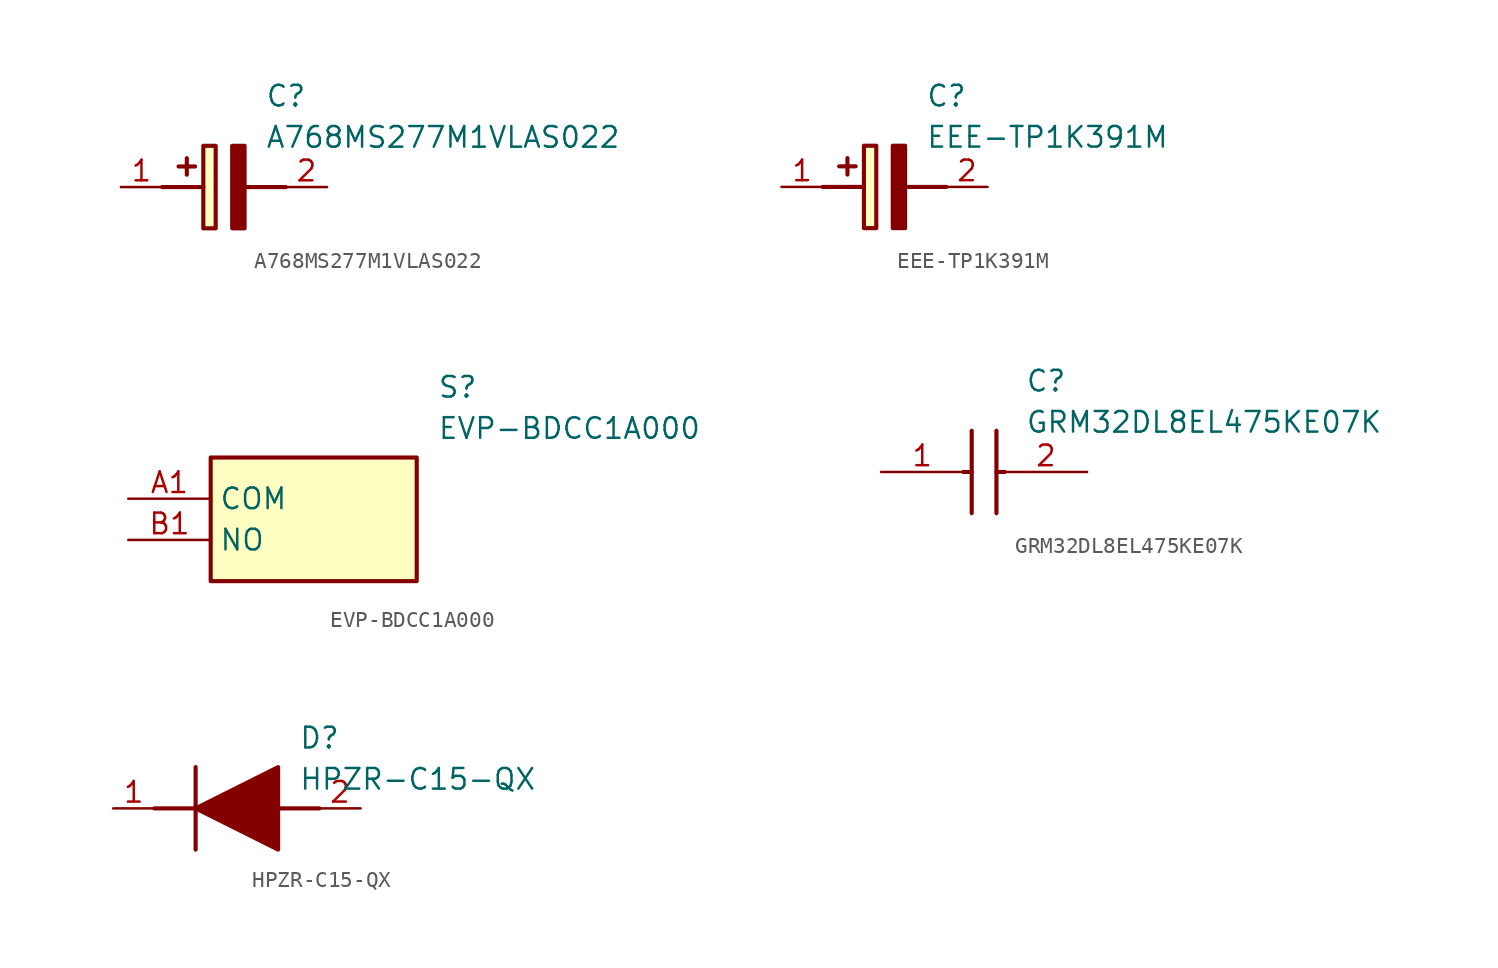
<source format=kicad_sym>
(kicad_symbol_lib
  (version 20220914)
  (generator kicad_symbol_editor)
  (symbol "A768MS277M1VLAS022"
    (pin_names hide)
    (property "Reference" "C"
      (at 8.89 6.35 0)
      (effects (font (size 1.27 1.27)) (justify left top)))
    (property "Value" "A768MS277M1VLAS022"
      (at 8.89 3.81 0)
      (effects (font (size 1.27 1.27)) (justify left top)))
    (rectangle
      (start 5.08 2.54)
      (end 5.842 -2.54)
      (stroke (width 0.254) (type default))
      (fill (type background)))
    (polyline
      (pts (xy 4.572 1.27) (xy 3.556 1.27))
      (stroke (width 0.254) (type default))
      (fill (type none)))
    (polyline
      (pts (xy 4.064 1.778) (xy 4.064 0.762))
      (stroke (width 0.254) (type default))
      (fill (type none)))
    (polyline
      (pts (xy 2.54 0) (xy 5.08 0))
      (stroke (width 0.254) (type default))
      (fill (type none)))
    (polyline
      (pts (xy 7.62 0) (xy 10.16 0))
      (stroke (width 0.254) (type default))
      (fill (type none)))
    (polyline
      (pts (xy 7.62 2.54) (xy 7.62 -2.54) (xy 6.858 -2.54) (xy 6.858 2.54) (xy 7.62 2.54))
      (stroke (width 0.254) (type default))
      (fill (type outline)))
    (pin passive line
      (at 0 0 0)
      (length 2.54)
      (name "+" (effects (font (size 1.27 1.27))))
      (number "1" (effects (font (size 1.27 1.27)))))
    (pin passive line
      (at 12.7 0 180)
      (length 2.54)
      (name "-" (effects (font (size 1.27 1.27))))
      (number "2" (effects (font (size 1.27 1.27))))))
  (symbol "EEE-TP1K391M"
    (pin_names hide)
    (property "Reference" "C"
      (at 8.89 6.35 0)
      (effects (font (size 1.27 1.27)) (justify left top)))
    (property "Value" "EEE-TP1K391M"
      (at 8.89 3.81 0)
      (effects (font (size 1.27 1.27)) (justify left top)))
    (rectangle
      (start 5.08 2.54)
      (end 5.842 -2.54)
      (stroke (width 0.254) (type default))
      (fill (type background)))
    (polyline
      (pts (xy 4.572 1.27) (xy 3.556 1.27))
      (stroke (width 0.254) (type default))
      (fill (type none)))
    (polyline
      (pts (xy 4.064 1.778) (xy 4.064 0.762))
      (stroke (width 0.254) (type default))
      (fill (type none)))
    (polyline
      (pts (xy 2.54 0) (xy 5.08 0))
      (stroke (width 0.254) (type default))
      (fill (type none)))
    (polyline
      (pts (xy 7.62 0) (xy 10.16 0))
      (stroke (width 0.254) (type default))
      (fill (type none)))
    (polyline
      (pts (xy 7.62 2.54) (xy 7.62 -2.54) (xy 6.858 -2.54) (xy 6.858 2.54) (xy 7.62 2.54))
      (stroke (width 0.254) (type default))
      (fill (type outline)))
    (pin passive line
      (at 0 0 0)
      (length 2.54)
      (name "+" (effects (font (size 1.27 1.27))))
      (number "1" (effects (font (size 1.27 1.27)))))
    (pin passive line
      (at 12.7 0 180)
      (length 2.54)
      (name "-" (effects (font (size 1.27 1.27))))
      (number "2" (effects (font (size 1.27 1.27))))))
  (symbol "EVP-BDCC1A000"
    (property "Reference" "S"
      (at 19.05 7.62 0)
      (effects (font (size 1.27 1.27)) (justify left top)))
    (property "Value" "EVP-BDCC1A000"
      (at 19.05 5.08 0)
      (effects (font (size 1.27 1.27)) (justify left top)))
    (rectangle
      (start 5.08 2.54)
      (end 17.78 -5.08)
      (stroke (width 0.254) (type default))
      (fill (type background)))
    (pin passive line
      (at 0 0 0)
      (length 5.08)
      (name "COM" (effects (font (size 1.27 1.27))))
      (number "A1" (effects (font (size 1.27 1.27)))))
    (pin passive line
      (at 0 -2.54 0)
      (length 5.08)
      (name "NO" (effects (font (size 1.27 1.27))))
      (number "B1" (effects (font (size 1.27 1.27))))))
  (symbol "GRM32DL8EL475KE07K"
    (pin_names hide)
    (property "Reference" "C"
      (at 8.89 6.35 0)
      (effects (font (size 1.27 1.27)) (justify left top)))
    (property "Value" "GRM32DL8EL475KE07K"
      (at 8.89 3.81 0)
      (effects (font (size 1.27 1.27)) (justify left top)))
    (polyline
      (pts (xy 5.588 2.54) (xy 5.588 -2.54))
      (stroke (width 0.254) (type default))
      (fill (type none)))
    (polyline
      (pts (xy 7.112 2.54) (xy 7.112 -2.54))
      (stroke (width 0.254) (type default))
      (fill (type none)))
    (polyline
      (pts (xy 5.08 0) (xy 5.588 0))
      (stroke (width 0.254) (type default))
      (fill (type none)))
    (polyline
      (pts (xy 7.112 0) (xy 7.62 0))
      (stroke (width 0.254) (type default))
      (fill (type none)))
    (pin passive line
      (at 0 0 0)
      (length 5.08)
      (name "1" (effects (font (size 1.27 1.27))))
      (number "1" (effects (font (size 1.27 1.27)))))
    (pin passive line
      (at 12.7 0 180)
      (length 5.08)
      (name "2" (effects (font (size 1.27 1.27))))
      (number "2" (effects (font (size 1.27 1.27))))))
  (symbol "HPZR-C15-QX"
    (pin_names hide)
    (property "Reference" "D"
      (at 11.43 5.08 0)
      (effects (font (size 1.27 1.27)) (justify left top)))
    (property "Value" "HPZR-C15-QX"
      (at 11.43 2.54 0)
      (effects (font (size 1.27 1.27)) (justify left top)))
    (polyline
      (pts (xy 5.08 2.54) (xy 5.08 -2.54))
      (stroke (width 0.254) (type default))
      (fill (type none)))
    (polyline
      (pts (xy 2.54 0) (xy 5.08 0))
      (stroke (width 0.254) (type default))
      (fill (type none)))
    (polyline
      (pts (xy 10.16 0) (xy 12.7 0))
      (stroke (width 0.254) (type default))
      (fill (type none)))
    (polyline
      (pts (xy 5.08 0) (xy 10.16 2.54) (xy 10.16 -2.54) (xy 5.08 0))
      (stroke (width 0.254) (type default))
      (fill (type outline)))
    (pin passive line
      (at 0 0 0)
      (length 2.54)
      (name "K" (effects (font (size 1.27 1.27))))
      (number "1" (effects (font (size 1.27 1.27)))))
    (pin passive line
      (at 15.24 0 180)
      (length 2.54)
      (name "A" (effects (font (size 1.27 1.27))))
      (number "2" (effects (font (size 1.27 1.27)))))))
</source>
